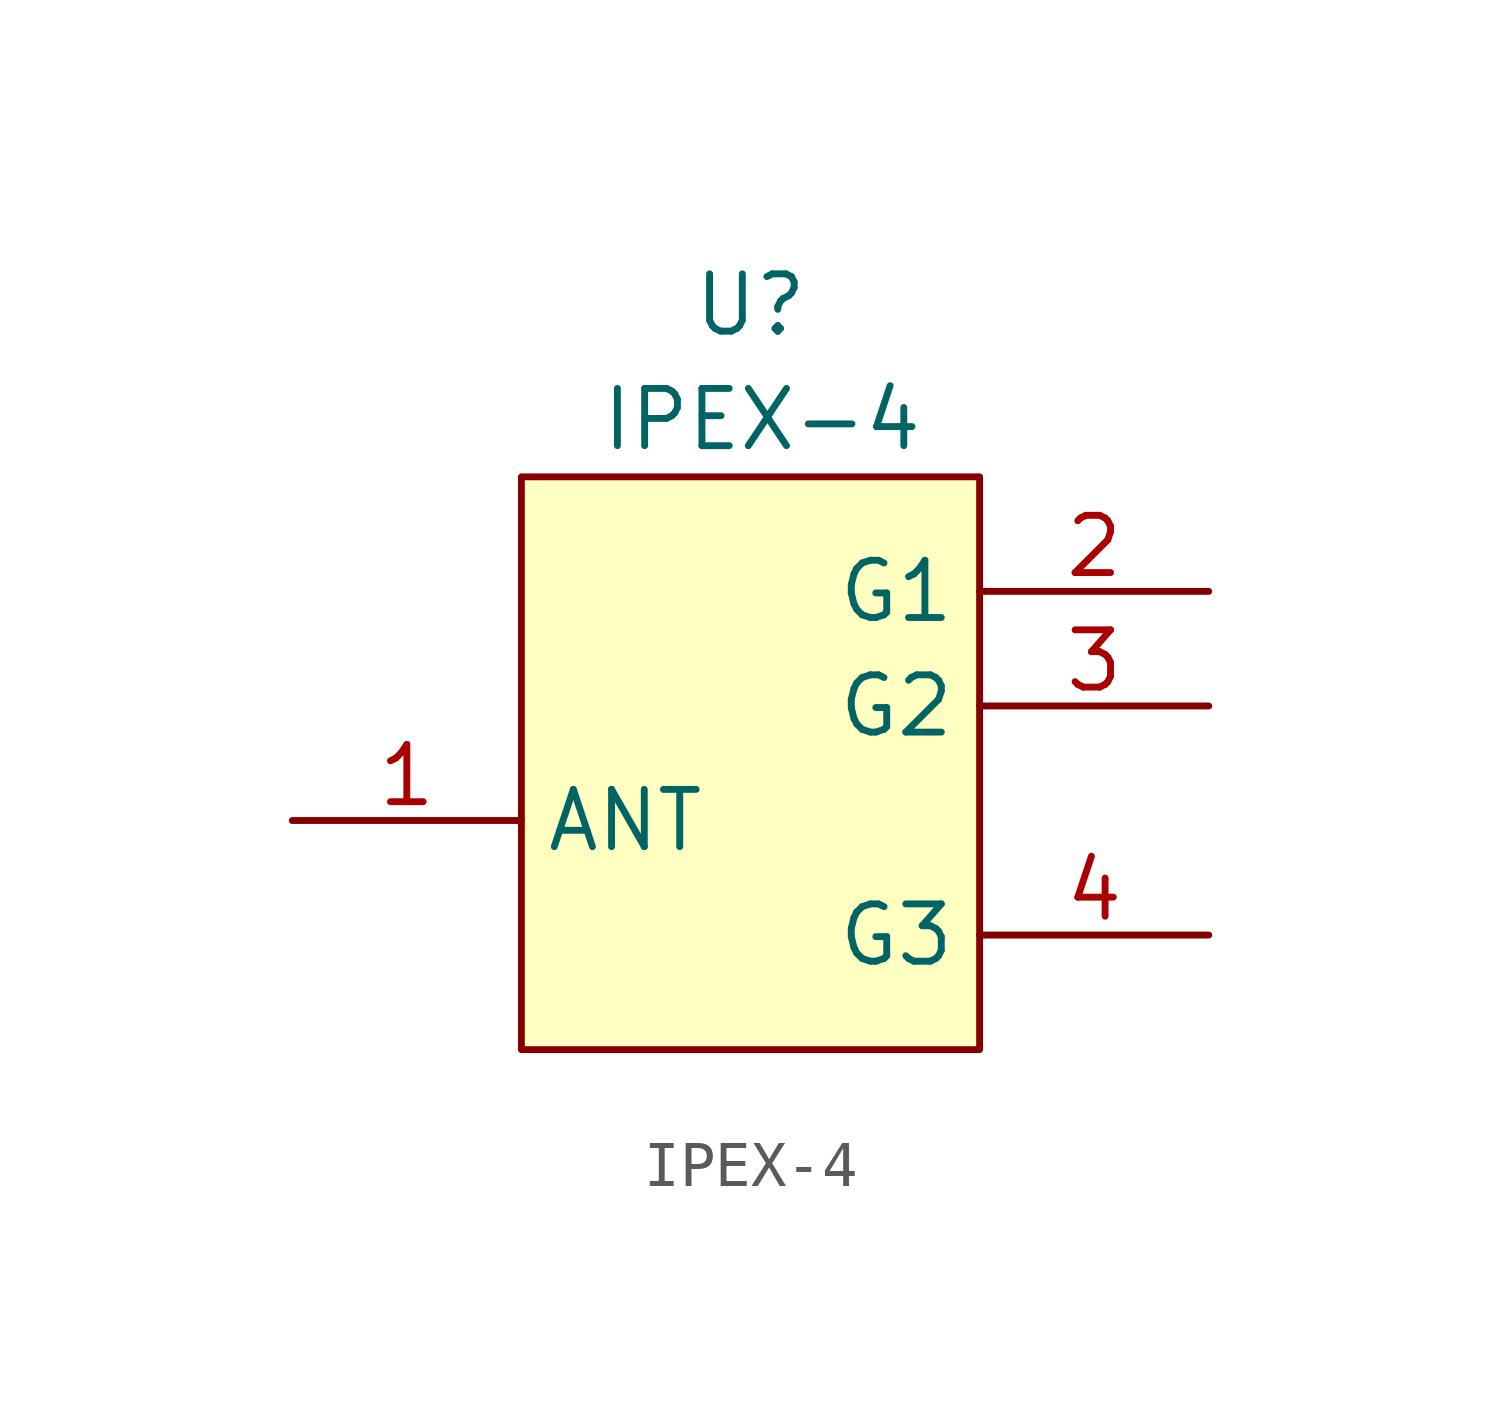
<source format=kicad_sym>
(kicad_symbol_lib
  (version 20241209)
  (generator "kicad_symbol_editor")
  (generator_version "9.0")
  (symbol "IPEX-4"
    (property "Reference" "U"
      (at 0 0 0)
      (effects (font (size 1.27 1.27))))
    (property "Value" "IPEX-4"
      (at 0.254 -2.54 0)
      (effects (font (size 1.27 1.27))))
    (symbol "IPEX-4_1_1"
      (rectangle (start -5.08 -3.81) (end 5.08 -16.51) (stroke (width 0) (type solid)) (fill (type background)))
      (pin input line (at -10.16 -11.43 0) (length 5.08) (name "ANT" (effects (font (size 1.27 1.27)))) (number "1" (effects (font (size 1.27 1.27)))))
      (pin input line (at 10.16 -6.35 180) (length 5.08) (name "G1" (effects (font (size 1.27 1.27)))) (number "2" (effects (font (size 1.27 1.27)))))
      (pin input line (at 10.16 -8.89 180) (length 5.08) (name "G2" (effects (font (size 1.27 1.27)))) (number "3" (effects (font (size 1.27 1.27)))))
      (pin input line (at 10.16 -13.97 180) (length 5.08) (name "G3" (effects (font (size 1.27 1.27)))) (number "4" (effects (font (size 1.27 1.27))))))))
</source>
